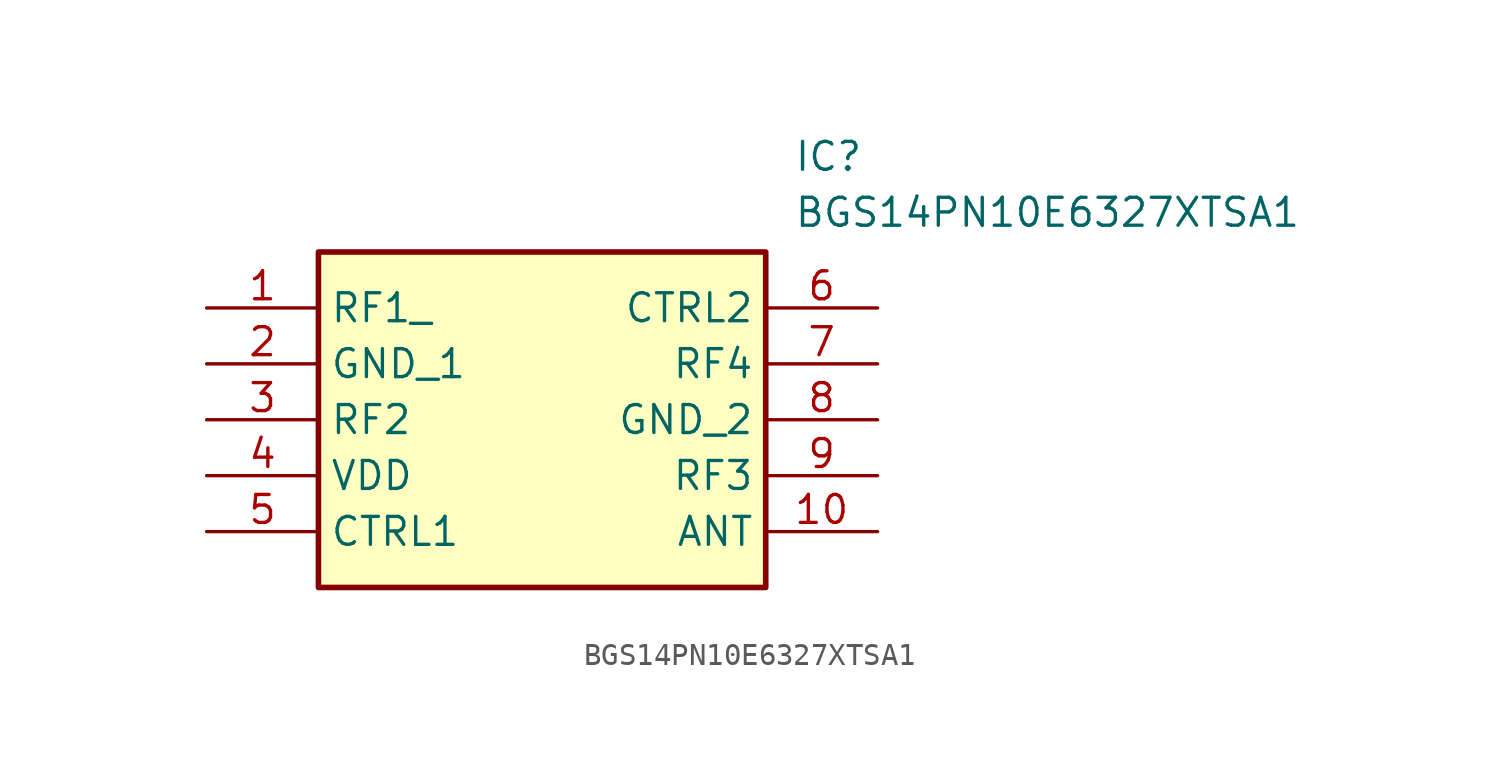
<source format=kicad_sym>
(kicad_symbol_lib
  (version 20211014)
  (generator SamacSys_ECAD_Model)
  (symbol "BGS14PN10E6327XTSA1"
    (property "Reference" "IC"
      (at 26.67 7.62 0)
      (effects (font (size 1.27 1.27)) (justify left top)))
    (property "Value" "BGS14PN10E6327XTSA1"
      (at 26.67 5.08 0)
      (effects (font (size 1.27 1.27)) (justify left top)))
    (rectangle
      (start 5.08 2.54)
      (end 25.4 -12.7)
      (stroke (width 0.254) (type default))
      (fill (type background)))
    (pin passive line
      (at 0 0 0)
      (length 5.08)
      (name "RF1_" (effects (font (size 1.27 1.27))))
      (number "1" (effects (font (size 1.27 1.27)))))
    (pin passive line
      (at 0 -2.54 0)
      (length 5.08)
      (name "GND_1" (effects (font (size 1.27 1.27))))
      (number "2" (effects (font (size 1.27 1.27)))))
    (pin passive line
      (at 0 -5.08 0)
      (length 5.08)
      (name "RF2" (effects (font (size 1.27 1.27))))
      (number "3" (effects (font (size 1.27 1.27)))))
    (pin passive line
      (at 0 -7.62 0)
      (length 5.08)
      (name "VDD" (effects (font (size 1.27 1.27))))
      (number "4" (effects (font (size 1.27 1.27)))))
    (pin passive line
      (at 0 -10.16 0)
      (length 5.08)
      (name "CTRL1" (effects (font (size 1.27 1.27))))
      (number "5" (effects (font (size 1.27 1.27)))))
    (pin passive line
      (at 30.48 0 180)
      (length 5.08)
      (name "CTRL2" (effects (font (size 1.27 1.27))))
      (number "6" (effects (font (size 1.27 1.27)))))
    (pin passive line
      (at 30.48 -2.54 180)
      (length 5.08)
      (name "RF4" (effects (font (size 1.27 1.27))))
      (number "7" (effects (font (size 1.27 1.27)))))
    (pin passive line
      (at 30.48 -5.08 180)
      (length 5.08)
      (name "GND_2" (effects (font (size 1.27 1.27))))
      (number "8" (effects (font (size 1.27 1.27)))))
    (pin passive line
      (at 30.48 -7.62 180)
      (length 5.08)
      (name "RF3" (effects (font (size 1.27 1.27))))
      (number "9" (effects (font (size 1.27 1.27)))))
    (pin passive line
      (at 30.48 -10.16 180)
      (length 5.08)
      (name "ANT" (effects (font (size 1.27 1.27))))
      (number "10" (effects (font (size 1.27 1.27)))))))
</source>
